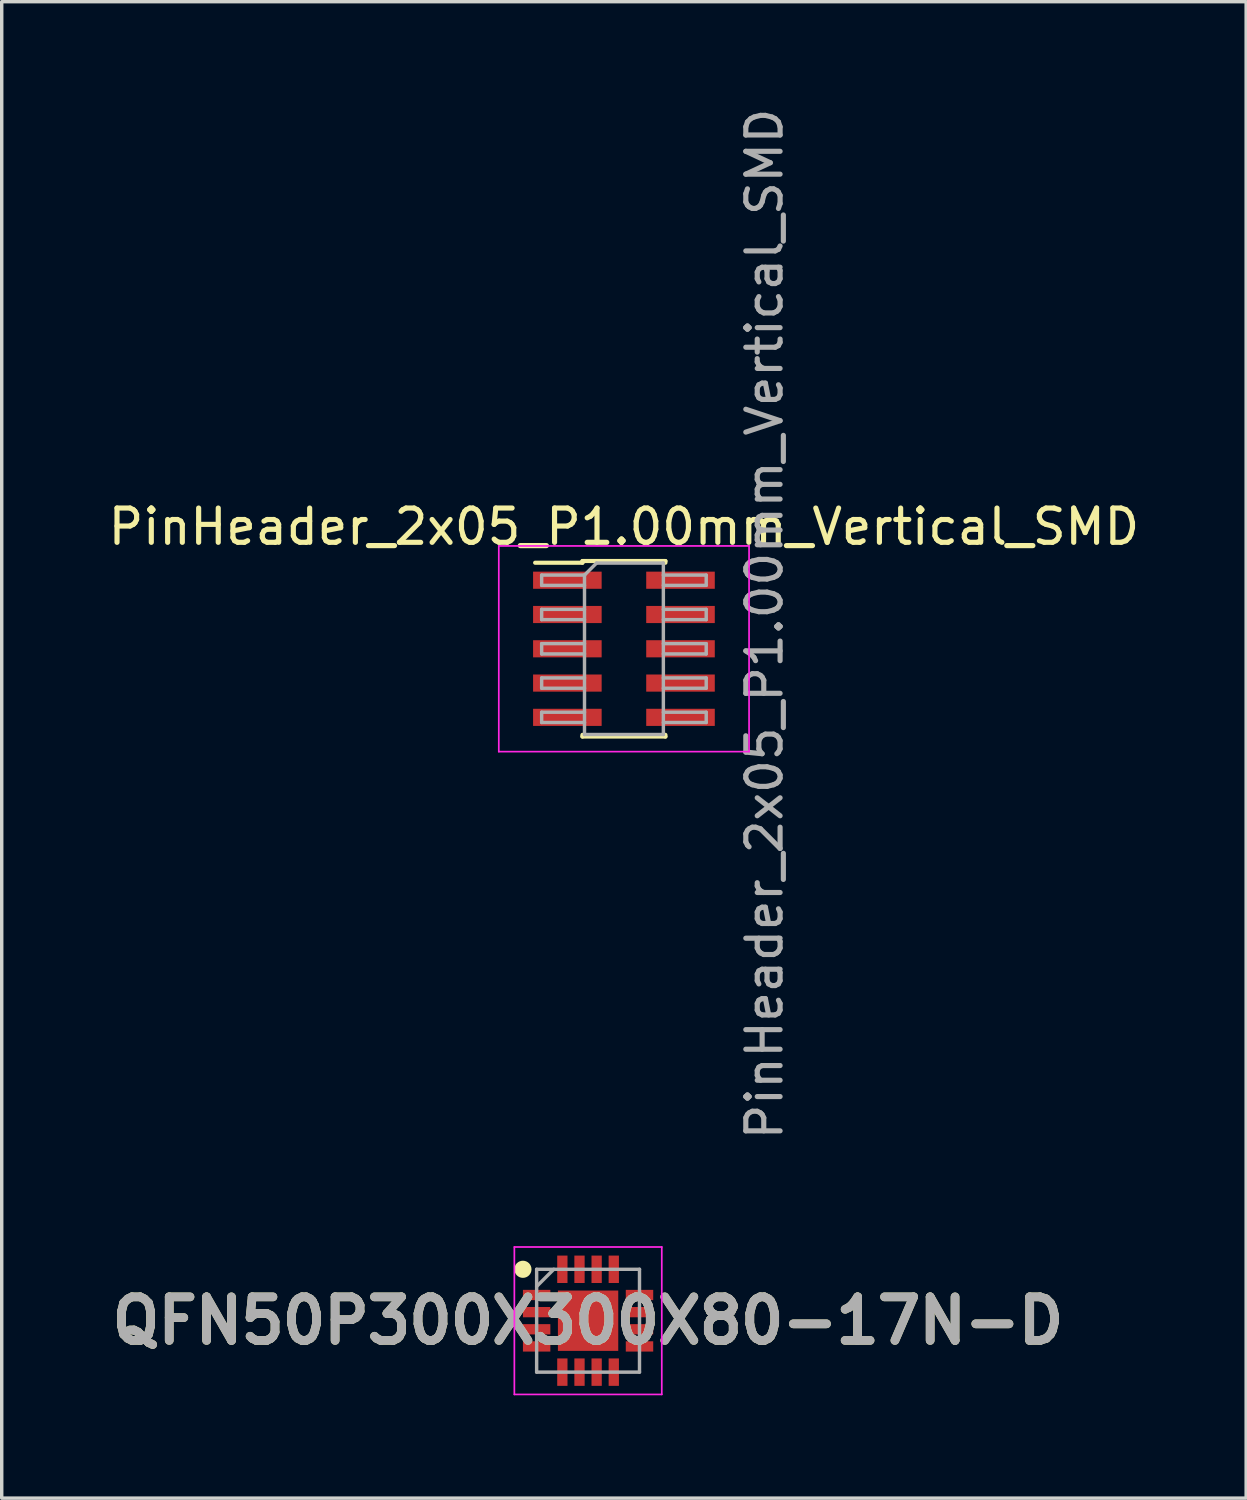
<source format=kicad_pcb>
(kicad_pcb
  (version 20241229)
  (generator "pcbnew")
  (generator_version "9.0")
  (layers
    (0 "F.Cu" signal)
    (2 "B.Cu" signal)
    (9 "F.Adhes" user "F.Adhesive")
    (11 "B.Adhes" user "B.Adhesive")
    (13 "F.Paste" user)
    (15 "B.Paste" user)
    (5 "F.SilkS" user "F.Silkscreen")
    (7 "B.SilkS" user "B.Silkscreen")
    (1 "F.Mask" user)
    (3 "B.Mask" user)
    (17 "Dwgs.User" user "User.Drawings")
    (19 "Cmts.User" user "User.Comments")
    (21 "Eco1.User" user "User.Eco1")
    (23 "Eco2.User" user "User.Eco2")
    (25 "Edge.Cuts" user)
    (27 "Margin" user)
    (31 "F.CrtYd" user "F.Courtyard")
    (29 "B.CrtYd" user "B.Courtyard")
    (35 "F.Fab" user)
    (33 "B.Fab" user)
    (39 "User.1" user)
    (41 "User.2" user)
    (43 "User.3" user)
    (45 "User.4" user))
  (footprint "PinHeader_2x05_P1.00mm_Vertical_SMD"
    (layer "F.Cu")
    (at 15.149 15.874)
    (property "Reference" "PinHeader_2x05_P1.00mm_Vertical_SMD" (at 0 -3.56 0) (layer "F.SilkS") (effects (font (size 1 1) (thickness 0.15))))
    (attr smd)
    (fp_line (start -2.59 -2.51) (end -1.21 -2.51) (stroke (width 0.12) (type solid)) (layer "F.SilkS"))
    (fp_line (start -1.21 -2.56) (end -1.21 -2.51) (stroke (width 0.12) (type solid)) (layer "F.SilkS"))
    (fp_line (start -1.21 -2.56) (end 1.21 -2.56) (stroke (width 0.12) (type solid)) (layer "F.SilkS"))
    (fp_line (start -1.21 2.51) (end -1.21 2.56) (stroke (width 0.12) (type solid)) (layer "F.SilkS"))
    (fp_line (start -1.21 2.56) (end 1.21 2.56) (stroke (width 0.12) (type solid)) (layer "F.SilkS"))
    (fp_line (start 1.21 -2.56) (end 1.21 -2.51) (stroke (width 0.12) (type solid)) (layer "F.SilkS"))
    (fp_line (start 1.21 2.51) (end 1.21 2.56) (stroke (width 0.12) (type solid)) (layer "F.SilkS"))
    (fp_line (start -3.65 -3) (end -3.65 3) (stroke (width 0.05) (type solid)) (layer "F.CrtYd"))
    (fp_line (start -3.65 3) (end 3.65 3) (stroke (width 0.05) (type solid)) (layer "F.CrtYd"))
    (fp_line (start 3.65 -3) (end -3.65 -3) (stroke (width 0.05) (type solid)) (layer "F.CrtYd"))
    (fp_line (start 3.65 3) (end 3.65 -3) (stroke (width 0.05) (type solid)) (layer "F.CrtYd"))
    (fp_line (start -2.4 -2.15) (end -2.4 -1.85) (stroke (width 0.1) (type solid)) (layer "F.Fab"))
    (fp_line (start -2.4 -1.85) (end -1.15 -1.85) (stroke (width 0.1) (type solid)) (layer "F.Fab"))
    (fp_line (start -2.4 -1.15) (end -2.4 -0.85) (stroke (width 0.1) (type solid)) (layer "F.Fab"))
    (fp_line (start -2.4 -0.85) (end -1.15 -0.85) (stroke (width 0.1) (type solid)) (layer "F.Fab"))
    (fp_line (start -2.4 -0.15) (end -2.4 0.15) (stroke (width 0.1) (type solid)) (layer "F.Fab"))
    (fp_line (start -2.4 0.15) (end -1.15 0.15) (stroke (width 0.1) (type solid)) (layer "F.Fab"))
    (fp_line (start -2.4 0.85) (end -2.4 1.15) (stroke (width 0.1) (type solid)) (layer "F.Fab"))
    (fp_line (start -2.4 1.15) (end -1.15 1.15) (stroke (width 0.1) (type solid)) (layer "F.Fab"))
    (fp_line (start -2.4 1.85) (end -2.4 2.15) (stroke (width 0.1) (type solid)) (layer "F.Fab"))
    (fp_line (start -2.4 2.15) (end -1.15 2.15) (stroke (width 0.1) (type solid)) (layer "F.Fab"))
    (fp_line (start -1.15 -2.15) (end -2.4 -2.15) (stroke (width 0.1) (type solid)) (layer "F.Fab"))
    (fp_line (start -1.15 -2.15) (end -0.8 -2.5) (stroke (width 0.1) (type solid)) (layer "F.Fab"))
    (fp_line (start -1.15 -1.15) (end -2.4 -1.15) (stroke (width 0.1) (type solid)) (layer "F.Fab"))
    (fp_line (start -1.15 -0.15) (end -2.4 -0.15) (stroke (width 0.1) (type solid)) (layer "F.Fab"))
    (fp_line (start -1.15 0.85) (end -2.4 0.85) (stroke (width 0.1) (type solid)) (layer "F.Fab"))
    (fp_line (start -1.15 1.85) (end -2.4 1.85) (stroke (width 0.1) (type solid)) (layer "F.Fab"))
    (fp_line (start -1.15 2.5) (end -1.15 -2.15) (stroke (width 0.1) (type solid)) (layer "F.Fab"))
    (fp_line (start -0.8 -2.5) (end 1.15 -2.5) (stroke (width 0.1) (type solid)) (layer "F.Fab"))
    (fp_line (start 1.15 -2.5) (end 1.15 2.5) (stroke (width 0.1) (type solid)) (layer "F.Fab"))
    (fp_line (start 1.15 -2.15) (end 2.4 -2.15) (stroke (width 0.1) (type solid)) (layer "F.Fab"))
    (fp_line (start 1.15 -1.15) (end 2.4 -1.15) (stroke (width 0.1) (type solid)) (layer "F.Fab"))
    (fp_line (start 1.15 -0.15) (end 2.4 -0.15) (stroke (width 0.1) (type solid)) (layer "F.Fab"))
    (fp_line (start 1.15 0.85) (end 2.4 0.85) (stroke (width 0.1) (type solid)) (layer "F.Fab"))
    (fp_line (start 1.15 1.85) (end 2.4 1.85) (stroke (width 0.1) (type solid)) (layer "F.Fab"))
    (fp_line (start 1.15 2.5) (end -1.15 2.5) (stroke (width 0.1) (type solid)) (layer "F.Fab"))
    (fp_line (start 2.4 -2.15) (end 2.4 -1.85) (stroke (width 0.1) (type solid)) (layer "F.Fab"))
    (fp_line (start 2.4 -1.85) (end 1.15 -1.85) (stroke (width 0.1) (type solid)) (layer "F.Fab"))
    (fp_line (start 2.4 -1.15) (end 2.4 -0.85) (stroke (width 0.1) (type solid)) (layer "F.Fab"))
    (fp_line (start 2.4 -0.85) (end 1.15 -0.85) (stroke (width 0.1) (type solid)) (layer "F.Fab"))
    (fp_line (start 2.4 -0.15) (end 2.4 0.15) (stroke (width 0.1) (type solid)) (layer "F.Fab"))
    (fp_line (start 2.4 0.15) (end 1.15 0.15) (stroke (width 0.1) (type solid)) (layer "F.Fab"))
    (fp_line (start 2.4 0.85) (end 2.4 1.15) (stroke (width 0.1) (type solid)) (layer "F.Fab"))
    (fp_line (start 2.4 1.15) (end 1.15 1.15) (stroke (width 0.1) (type solid)) (layer "F.Fab"))
    (fp_line (start 2.4 1.85) (end 2.4 2.15) (stroke (width 0.1) (type solid)) (layer "F.Fab"))
    (fp_line (start 2.4 2.15) (end 1.15 2.15) (stroke (width 0.1) (type solid)) (layer "F.Fab"))
    (fp_text user "${REFERENCE}" (at 4.1 -0.725 90) (layer "F.Fab") (effects (font (size 1 1) (thickness 0.15))))
    (pad "1" smd rect (at -1.65 -2 180) (size 2 0.5) (layers "F.Cu" "F.Mask" "F.Paste"))
    (pad "2" smd rect (at 1.65 -2 180) (size 2 0.5) (layers "F.Cu" "F.Mask" "F.Paste"))
    (pad "3" smd rect (at -1.65 -1 180) (size 2 0.5) (layers "F.Cu" "F.Mask" "F.Paste"))
    (pad "4" smd rect (at 1.65 -1 180) (size 2 0.5) (layers "F.Cu" "F.Mask" "F.Paste"))
    (pad "5" smd rect (at -1.65 0 180) (size 2 0.5) (layers "F.Cu" "F.Mask" "F.Paste"))
    (pad "6" smd rect (at 1.65 0 180) (size 2 0.5) (layers "F.Cu" "F.Mask" "F.Paste"))
    (pad "7" smd rect (at -1.65 1 180) (size 2 0.5) (layers "F.Cu" "F.Mask" "F.Paste"))
    (pad "8" smd rect (at 1.65 1 180) (size 2 0.5) (layers "F.Cu" "F.Mask" "F.Paste"))
    (pad "9" smd rect (at -1.65 2 180) (size 2 0.5) (layers "F.Cu" "F.Mask" "F.Paste"))
    (pad "10" smd rect (at 1.65 2 180) (size 2 0.5) (layers "F.Cu" "F.Mask" "F.Paste")))
  (footprint "QFN50P300X300X80-17N-D"
    (layer "F.Cu")
    (at 14.103 35.473)
    (property "Reference" "QFN50P300X300X80-17N-D" (at 0 0 180) (layer "F.SilkS") (effects (font (size 1.27 1.27) (thickness 0.254))))
    (attr smd)
    (fp_circle (center -1.9 -1.5) (end -1.9 -1.375) (stroke (width 0.25) (type solid)) (fill no) (layer "F.SilkS"))
    (fp_line (start -2.15 -2.15) (end 2.15 -2.15) (stroke (width 0.05) (type solid)) (layer "F.CrtYd"))
    (fp_line (start -2.15 2.15) (end -2.15 -2.15) (stroke (width 0.05) (type solid)) (layer "F.CrtYd"))
    (fp_line (start 2.15 -2.15) (end 2.15 2.15) (stroke (width 0.05) (type solid)) (layer "F.CrtYd"))
    (fp_line (start 2.15 2.15) (end -2.15 2.15) (stroke (width 0.05) (type solid)) (layer "F.CrtYd"))
    (fp_line (start -1.5 -1.5) (end 1.5 -1.5) (stroke (width 0.1) (type solid)) (layer "F.Fab"))
    (fp_line (start -1.5 -1) (end -1 -1.5) (stroke (width 0.1) (type solid)) (layer "F.Fab"))
    (fp_line (start -1.5 1.5) (end -1.5 -1.5) (stroke (width 0.1) (type solid)) (layer "F.Fab"))
    (fp_line (start 1.5 -1.5) (end 1.5 1.5) (stroke (width 0.1) (type solid)) (layer "F.Fab"))
    (fp_line (start 1.5 1.5) (end -1.5 1.5) (stroke (width 0.1) (type solid)) (layer "F.Fab"))
    (fp_text user "${REFERENCE}" (at 0 0 180) (layer "F.Fab") (effects (font (size 1.27 1.27) (thickness 0.254))))
    (pad "1" smd rect (at -1.5 -0.75 90) (size 0.3 0.8) (layers "F.Cu" "F.Mask" "F.Paste"))
    (pad "2" smd rect (at -1.5 -0.25 90) (size 0.3 0.8) (layers "F.Cu" "F.Mask" "F.Paste"))
    (pad "3" smd rect (at -1.5 0.25 90) (size 0.3 0.8) (layers "F.Cu" "F.Mask" "F.Paste"))
    (pad "4" smd rect (at -1.5 0.75 90) (size 0.3 0.8) (layers "F.Cu" "F.Mask" "F.Paste"))
    (pad "5" smd rect (at -0.75 1.5) (size 0.3 0.8) (layers "F.Cu" "F.Mask" "F.Paste"))
    (pad "6" smd rect (at -0.25 1.5) (size 0.3 0.8) (layers "F.Cu" "F.Mask" "F.Paste"))
    (pad "7" smd rect (at 0.25 1.5) (size 0.3 0.8) (layers "F.Cu" "F.Mask" "F.Paste"))
    (pad "8" smd rect (at 0.75 1.5) (size 0.3 0.8) (layers "F.Cu" "F.Mask" "F.Paste"))
    (pad "9" smd rect (at 1.5 0.75 90) (size 0.3 0.8) (layers "F.Cu" "F.Mask" "F.Paste"))
    (pad "10" smd rect (at 1.5 0.25 90) (size 0.3 0.8) (layers "F.Cu" "F.Mask" "F.Paste"))
    (pad "11" smd rect (at 1.5 -0.25 90) (size 0.3 0.8) (layers "F.Cu" "F.Mask" "F.Paste"))
    (pad "12" smd rect (at 1.5 -0.75 90) (size 0.3 0.8) (layers "F.Cu" "F.Mask" "F.Paste"))
    (pad "13" smd rect (at 0.75 -1.5) (size 0.3 0.8) (layers "F.Cu" "F.Mask" "F.Paste"))
    (pad "14" smd rect (at 0.25 -1.5) (size 0.3 0.8) (layers "F.Cu" "F.Mask" "F.Paste"))
    (pad "15" smd rect (at -0.25 -1.5) (size 0.3 0.8) (layers "F.Cu" "F.Mask" "F.Paste"))
    (pad "16" smd rect (at -0.75 -1.5) (size 0.3 0.8) (layers "F.Cu" "F.Mask" "F.Paste"))
    (pad "17" smd rect (at 0 0) (size 1.76 1.76) (layers "F.Cu" "F.Mask" "F.Paste")))
  (gr_rect
    (start -3 -3)
    (end 33.298 40.648)
    (stroke (width 0.1) (type default))
    (fill no)
    (layer "Edge.Cuts")))
</source>
